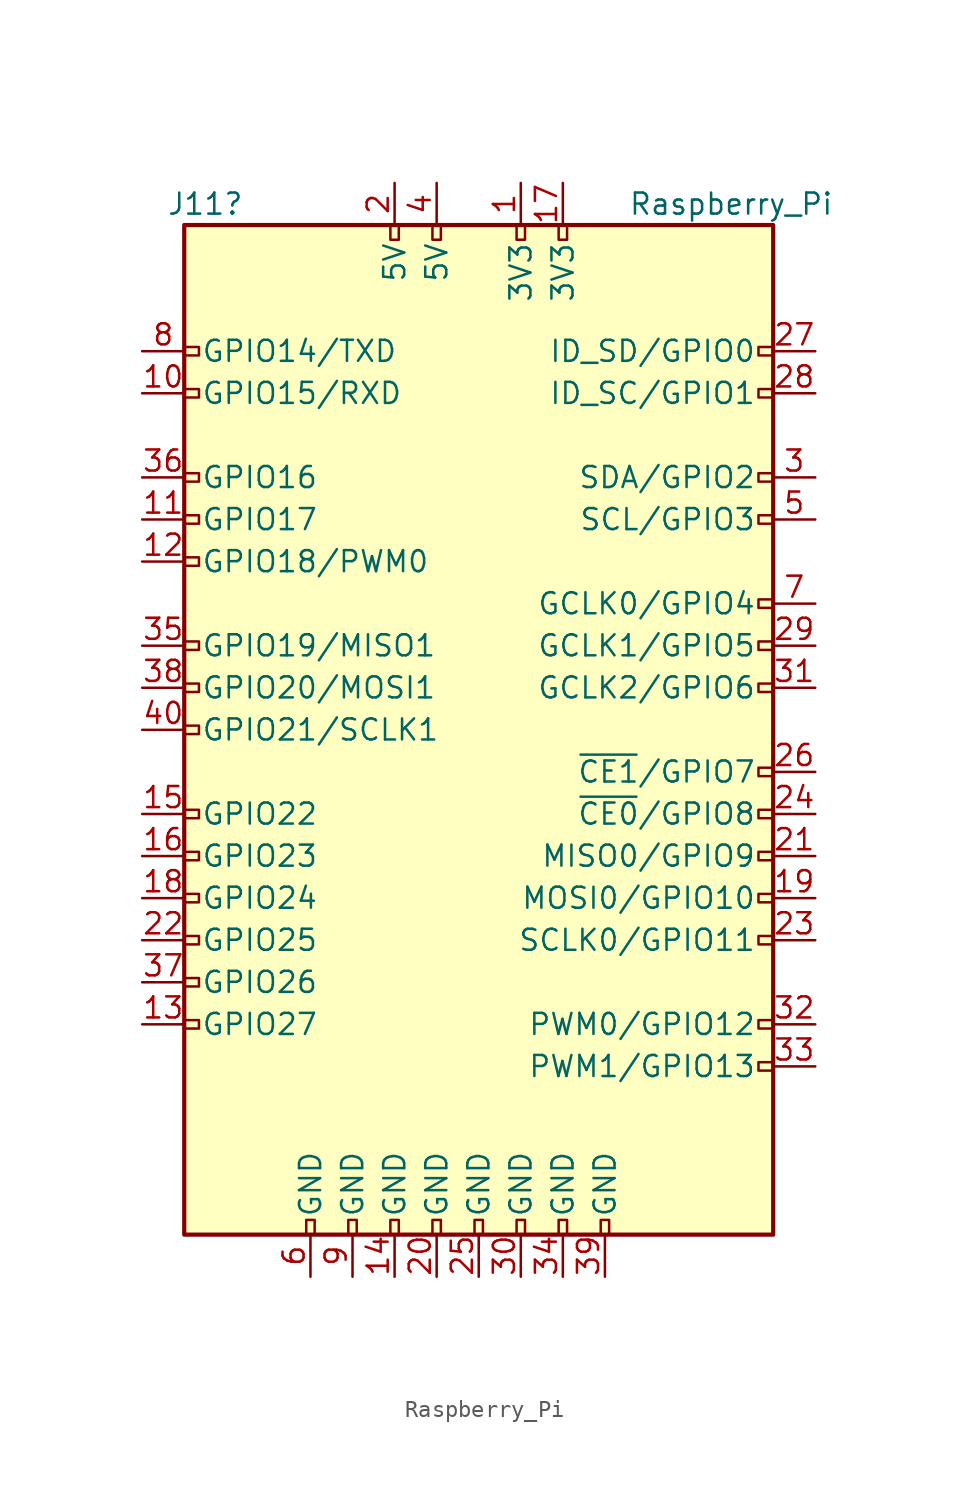
<source format=kicad_sym>
(kicad_symbol_lib
  (version 20241209)
  (generator "kicad_symbol_editor")
  (generator_version "9.0")
  (symbol "Raspberry_Pi"
    (pin_names
      (offset 1.016))
    (property "Reference" "J11"
      (at -16.51 31.75 0)
      (effects (font (size 1.27 1.27))))
    (property "Value" "Raspberry_Pi"
      (at 15.24 31.75 0)
      (effects (font (size 1.27 1.27))))
    (property "Description" ""
      (at 0 0 0)
      (effects (font (size 1.27 1.27))))
    (symbol "Raspberry_Pi_0_1"
      (rectangle (start -17.78 30.48) (end 17.78 -30.48) (stroke (width 0.254) (type default)) (fill (type background))))
    (symbol "Raspberry_Pi_1_1"
      (rectangle (start -16.891 23.114) (end -17.78 22.606) (stroke (width 0) (type default)) (fill (type none)))
      (rectangle (start -16.891 20.574) (end -17.78 20.066) (stroke (width 0) (type default)) (fill (type none)))
      (rectangle (start -16.891 15.494) (end -17.78 14.986) (stroke (width 0) (type default)) (fill (type none)))
      (rectangle (start -16.891 12.954) (end -17.78 12.446) (stroke (width 0) (type default)) (fill (type none)))
      (rectangle (start -16.891 10.414) (end -17.78 9.906) (stroke (width 0) (type default)) (fill (type none)))
      (rectangle (start -16.891 5.334) (end -17.78 4.826) (stroke (width 0) (type default)) (fill (type none)))
      (rectangle (start -16.891 2.794) (end -17.78 2.286) (stroke (width 0) (type default)) (fill (type none)))
      (rectangle (start -16.891 0.254) (end -17.78 -0.254) (stroke (width 0) (type default)) (fill (type none)))
      (rectangle (start -16.891 -4.826) (end -17.78 -5.334) (stroke (width 0) (type default)) (fill (type none)))
      (rectangle (start -16.891 -7.366) (end -17.78 -7.874) (stroke (width 0) (type default)) (fill (type none)))
      (rectangle (start -16.891 -9.906) (end -17.78 -10.414) (stroke (width 0) (type default)) (fill (type none)))
      (rectangle (start -16.891 -12.446) (end -17.78 -12.954) (stroke (width 0) (type default)) (fill (type none)))
      (rectangle (start -16.891 -14.986) (end -17.78 -15.494) (stroke (width 0) (type default)) (fill (type none)))
      (rectangle (start -16.891 -17.526) (end -17.78 -18.034) (stroke (width 0) (type default)) (fill (type none)))
      (rectangle (start -10.414 -29.591) (end -9.906 -30.48) (stroke (width 0) (type default)) (fill (type none)))
      (rectangle (start -7.874 -29.591) (end -7.366 -30.48) (stroke (width 0) (type default)) (fill (type none)))
      (rectangle (start -5.334 30.48) (end -4.826 29.591) (stroke (width 0) (type default)) (fill (type none)))
      (rectangle (start -5.334 -29.591) (end -4.826 -30.48) (stroke (width 0) (type default)) (fill (type none)))
      (rectangle (start -2.794 30.48) (end -2.286 29.591) (stroke (width 0) (type default)) (fill (type none)))
      (rectangle (start -2.794 -29.591) (end -2.286 -30.48) (stroke (width 0) (type default)) (fill (type none)))
      (rectangle (start -0.254 -29.591) (end 0.254 -30.48) (stroke (width 0) (type default)) (fill (type none)))
      (rectangle (start 2.286 30.48) (end 2.794 29.591) (stroke (width 0) (type default)) (fill (type none)))
      (rectangle (start 2.286 -29.591) (end 2.794 -30.48) (stroke (width 0) (type default)) (fill (type none)))
      (rectangle (start 4.826 30.48) (end 5.334 29.591) (stroke (width 0) (type default)) (fill (type none)))
      (rectangle (start 4.826 -29.591) (end 5.334 -30.48) (stroke (width 0) (type default)) (fill (type none)))
      (rectangle (start 7.366 -29.591) (end 7.874 -30.48) (stroke (width 0) (type default)) (fill (type none)))
      (rectangle (start 17.78 23.114) (end 16.891 22.606) (stroke (width 0) (type default)) (fill (type none)))
      (rectangle (start 17.78 20.574) (end 16.891 20.066) (stroke (width 0) (type default)) (fill (type none)))
      (rectangle (start 17.78 15.494) (end 16.891 14.986) (stroke (width 0) (type default)) (fill (type none)))
      (rectangle (start 17.78 12.954) (end 16.891 12.446) (stroke (width 0) (type default)) (fill (type none)))
      (rectangle (start 17.78 7.874) (end 16.891 7.366) (stroke (width 0) (type default)) (fill (type none)))
      (rectangle (start 17.78 5.334) (end 16.891 4.826) (stroke (width 0) (type default)) (fill (type none)))
      (rectangle (start 17.78 2.794) (end 16.891 2.286) (stroke (width 0) (type default)) (fill (type none)))
      (rectangle (start 17.78 -2.286) (end 16.891 -2.794) (stroke (width 0) (type default)) (fill (type none)))
      (rectangle (start 17.78 -4.826) (end 16.891 -5.334) (stroke (width 0) (type default)) (fill (type none)))
      (rectangle (start 17.78 -7.366) (end 16.891 -7.874) (stroke (width 0) (type default)) (fill (type none)))
      (rectangle (start 17.78 -9.906) (end 16.891 -10.414) (stroke (width 0) (type default)) (fill (type none)))
      (rectangle (start 17.78 -12.446) (end 16.891 -12.954) (stroke (width 0) (type default)) (fill (type none)))
      (rectangle (start 17.78 -17.526) (end 16.891 -18.034) (stroke (width 0) (type default)) (fill (type none)))
      (rectangle (start 17.78 -20.066) (end 16.891 -20.574) (stroke (width 0) (type default)) (fill (type none)))
      (pin bidirectional line (at -20.32 22.86 0) (length 2.54) (name "GPIO14/TXD" (effects (font (size 1.27 1.27)))) (number "8" (effects (font (size 1.27 1.27)))))
      (pin bidirectional line (at -20.32 20.32 0) (length 2.54) (name "GPIO15/RXD" (effects (font (size 1.27 1.27)))) (number "10" (effects (font (size 1.27 1.27)))))
      (pin bidirectional line (at -20.32 15.24 0) (length 2.54) (name "GPIO16" (effects (font (size 1.27 1.27)))) (number "36" (effects (font (size 1.27 1.27)))))
      (pin bidirectional line (at -20.32 12.7 0) (length 2.54) (name "GPIO17" (effects (font (size 1.27 1.27)))) (number "11" (effects (font (size 1.27 1.27)))))
      (pin bidirectional line (at -20.32 10.16 0) (length 2.54) (name "GPIO18/PWM0" (effects (font (size 1.27 1.27)))) (number "12" (effects (font (size 1.27 1.27)))))
      (pin bidirectional line (at -20.32 5.08 0) (length 2.54) (name "GPIO19/MISO1" (effects (font (size 1.27 1.27)))) (number "35" (effects (font (size 1.27 1.27)))))
      (pin bidirectional line (at -20.32 2.54 0) (length 2.54) (name "GPIO20/MOSI1" (effects (font (size 1.27 1.27)))) (number "38" (effects (font (size 1.27 1.27)))))
      (pin bidirectional line (at -20.32 0 0) (length 2.54) (name "GPIO21/SCLK1" (effects (font (size 1.27 1.27)))) (number "40" (effects (font (size 1.27 1.27)))))
      (pin bidirectional line (at -20.32 -5.08 0) (length 2.54) (name "GPIO22" (effects (font (size 1.27 1.27)))) (number "15" (effects (font (size 1.27 1.27)))))
      (pin bidirectional line (at -20.32 -7.62 0) (length 2.54) (name "GPIO23" (effects (font (size 1.27 1.27)))) (number "16" (effects (font (size 1.27 1.27)))))
      (pin bidirectional line (at -20.32 -10.16 0) (length 2.54) (name "GPIO24" (effects (font (size 1.27 1.27)))) (number "18" (effects (font (size 1.27 1.27)))))
      (pin bidirectional line (at -20.32 -12.7 0) (length 2.54) (name "GPIO25" (effects (font (size 1.27 1.27)))) (number "22" (effects (font (size 1.27 1.27)))))
      (pin bidirectional line (at -20.32 -15.24 0) (length 2.54) (name "GPIO26" (effects (font (size 1.27 1.27)))) (number "37" (effects (font (size 1.27 1.27)))))
      (pin bidirectional line (at -20.32 -17.78 0) (length 2.54) (name "GPIO27" (effects (font (size 1.27 1.27)))) (number "13" (effects (font (size 1.27 1.27)))))
      (pin power_in line (at -10.16 -33.02 90) (length 2.54) (name "GND" (effects (font (size 1.27 1.27)))) (number "6" (effects (font (size 1.27 1.27)))))
      (pin power_in line (at -7.62 -33.02 90) (length 2.54) (name "GND" (effects (font (size 1.27 1.27)))) (number "9" (effects (font (size 1.27 1.27)))))
      (pin power_in line (at -5.08 33.02 270) (length 2.54) (name "5V" (effects (font (size 1.27 1.27)))) (number "2" (effects (font (size 1.27 1.27)))))
      (pin power_in line (at -5.08 -33.02 90) (length 2.54) (name "GND" (effects (font (size 1.27 1.27)))) (number "14" (effects (font (size 1.27 1.27)))))
      (pin power_in line (at -2.54 33.02 270) (length 2.54) (name "5V" (effects (font (size 1.27 1.27)))) (number "4" (effects (font (size 1.27 1.27)))))
      (pin power_in line (at -2.54 -33.02 90) (length 2.54) (name "GND" (effects (font (size 1.27 1.27)))) (number "20" (effects (font (size 1.27 1.27)))))
      (pin power_in line (at 0 -33.02 90) (length 2.54) (name "GND" (effects (font (size 1.27 1.27)))) (number "25" (effects (font (size 1.27 1.27)))))
      (pin power_in line (at 2.54 33.02 270) (length 2.54) (name "3V3" (effects (font (size 1.27 1.27)))) (number "1" (effects (font (size 1.27 1.27)))))
      (pin power_in line (at 2.54 -33.02 90) (length 2.54) (name "GND" (effects (font (size 1.27 1.27)))) (number "30" (effects (font (size 1.27 1.27)))))
      (pin power_in line (at 5.08 33.02 270) (length 2.54) (name "3V3" (effects (font (size 1.27 1.27)))) (number "17" (effects (font (size 1.27 1.27)))))
      (pin power_in line (at 5.08 -33.02 90) (length 2.54) (name "GND" (effects (font (size 1.27 1.27)))) (number "34" (effects (font (size 1.27 1.27)))))
      (pin power_in line (at 7.62 -33.02 90) (length 2.54) (name "GND" (effects (font (size 1.27 1.27)))) (number "39" (effects (font (size 1.27 1.27)))))
      (pin bidirectional line (at 20.32 22.86 180) (length 2.54) (name "ID_SD/GPIO0" (effects (font (size 1.27 1.27)))) (number "27" (effects (font (size 1.27 1.27)))))
      (pin bidirectional line (at 20.32 20.32 180) (length 2.54) (name "ID_SC/GPIO1" (effects (font (size 1.27 1.27)))) (number "28" (effects (font (size 1.27 1.27)))))
      (pin bidirectional line (at 20.32 15.24 180) (length 2.54) (name "SDA/GPIO2" (effects (font (size 1.27 1.27)))) (number "3" (effects (font (size 1.27 1.27)))))
      (pin bidirectional line (at 20.32 12.7 180) (length 2.54) (name "SCL/GPIO3" (effects (font (size 1.27 1.27)))) (number "5" (effects (font (size 1.27 1.27)))))
      (pin bidirectional line (at 20.32 7.62 180) (length 2.54) (name "GCLK0/GPIO4" (effects (font (size 1.27 1.27)))) (number "7" (effects (font (size 1.27 1.27)))))
      (pin bidirectional line (at 20.32 5.08 180) (length 2.54) (name "GCLK1/GPIO5" (effects (font (size 1.27 1.27)))) (number "29" (effects (font (size 1.27 1.27)))))
      (pin bidirectional line (at 20.32 2.54 180) (length 2.54) (name "GCLK2/GPIO6" (effects (font (size 1.27 1.27)))) (number "31" (effects (font (size 1.27 1.27)))))
      (pin bidirectional line (at 20.32 -2.54 180) (length 2.54) (name "~{CE1}/GPIO7" (effects (font (size 1.27 1.27)))) (number "26" (effects (font (size 1.27 1.27)))))
      (pin bidirectional line (at 20.32 -5.08 180) (length 2.54) (name "~{CE0}/GPIO8" (effects (font (size 1.27 1.27)))) (number "24" (effects (font (size 1.27 1.27)))))
      (pin bidirectional line (at 20.32 -7.62 180) (length 2.54) (name "MISO0/GPIO9" (effects (font (size 1.27 1.27)))) (number "21" (effects (font (size 1.27 1.27)))))
      (pin bidirectional line (at 20.32 -10.16 180) (length 2.54) (name "MOSI0/GPIO10" (effects (font (size 1.27 1.27)))) (number "19" (effects (font (size 1.27 1.27)))))
      (pin bidirectional line (at 20.32 -12.7 180) (length 2.54) (name "SCLK0/GPIO11" (effects (font (size 1.27 1.27)))) (number "23" (effects (font (size 1.27 1.27)))))
      (pin bidirectional line (at 20.32 -17.78 180) (length 2.54) (name "PWM0/GPIO12" (effects (font (size 1.27 1.27)))) (number "32" (effects (font (size 1.27 1.27)))))
      (pin bidirectional line (at 20.32 -20.32 180) (length 2.54) (name "PWM1/GPIO13" (effects (font (size 1.27 1.27)))) (number "33" (effects (font (size 1.27 1.27))))))))
</source>
